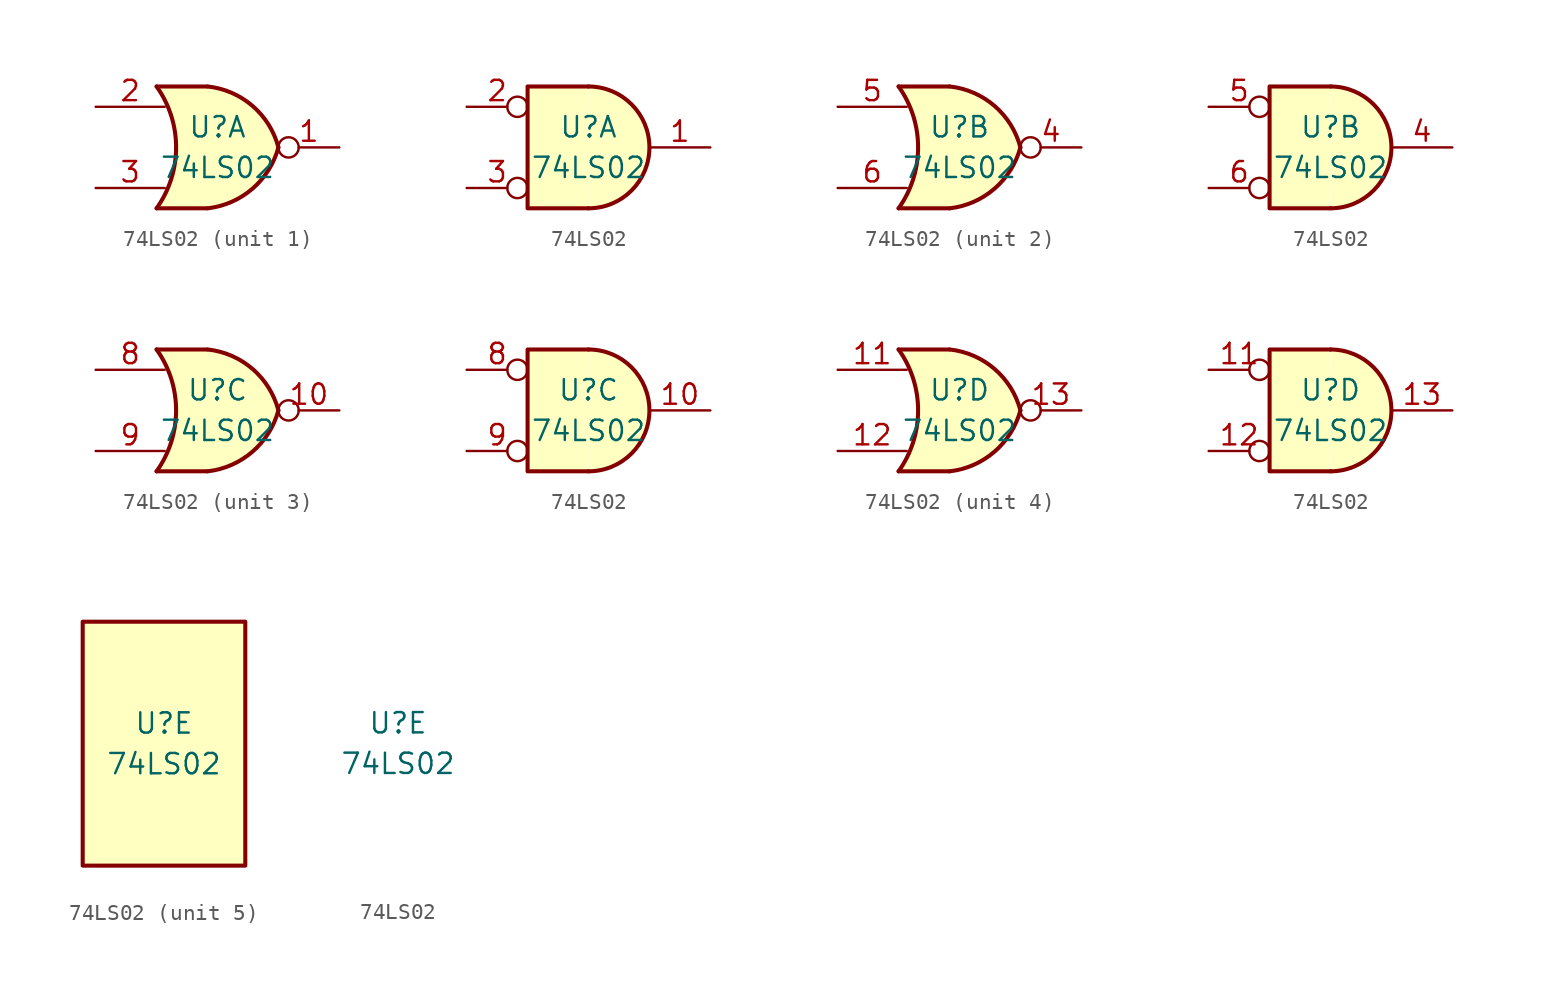
<source format=kicad_sym>
(kicad_symbol_lib
  (version 20211014)
  (generator kicad_symbol_editor)
  (symbol "74LS02"
    (pin_names
      (offset 1.016))
    (property "Reference" "U"
      (at 0 1.27 0)
      (effects (font (size 1.27 1.27))))
    (property "Value" "74LS02"
      (at 0 -1.27 0)
      (effects (font (size 1.27 1.27))))
    (property "ki_locked" ""
      (at 0 0 0)
      (effects (font (size 1.27 1.27))))
    (symbol "74LS02_1_1"
      (arc (start -3.81 -3.81) (mid -2.589 0) (end -3.81 3.81) (stroke (width 0.254) (type default) (color 0 0 0 0)) (fill (type none)))
      (arc (start -0.6096 -3.81) (mid 2.1842 -2.5851) (end 3.81 0) (stroke (width 0.254) (type default) (color 0 0 0 0)) (fill (type background)))
      (polyline (pts (xy -3.81 -3.81) (xy -0.635 -3.81)) (stroke (width 0.254) (type default) (color 0 0 0 0)) (fill (type background)))
      (polyline (pts (xy -3.81 3.81) (xy -0.635 3.81)) (stroke (width 0.254) (type default) (color 0 0 0 0)) (fill (type background)))
      (polyline (pts (xy -0.635 3.81) (xy -3.81 3.81) (xy -3.81 3.81) (xy -3.556 3.404) (xy -3.023 2.261) (xy -2.692 1.041) (xy -2.616 -0.254) (xy -2.769 -1.499) (xy -3.175 -2.718) (xy -3.81 -3.81) (xy -3.81 -3.81) (xy -0.635 -3.81)) (stroke (width -25.4) (type default) (color 0 0 0 0)) (fill (type background)))
      (arc (start 3.81 0) (mid 2.1915 2.5936) (end -0.6096 3.81) (stroke (width 0.254) (type default) (color 0 0 0 0)) (fill (type background)))
      (pin output inverted (at 7.62 0 180) (length 3.81) (name "~" (effects (font (size 1.27 1.27)))) (number "1" (effects (font (size 1.27 1.27)))))
      (pin input line (at -7.62 2.54 0) (length 4.318) (name "~" (effects (font (size 1.27 1.27)))) (number "2" (effects (font (size 1.27 1.27)))))
      (pin input line (at -7.62 -2.54 0) (length 4.318) (name "~" (effects (font (size 1.27 1.27)))) (number "3" (effects (font (size 1.27 1.27))))))
    (symbol "74LS02_1_2"
      (arc (start 0 -3.81) (mid 3.81 0) (end 0 3.81) (stroke (width 0.254) (type default) (color 0 0 0 0)) (fill (type background)))
      (polyline (pts (xy 0 3.81) (xy -3.81 3.81) (xy -3.81 -3.81) (xy 0 -3.81)) (stroke (width 0.254) (type default) (color 0 0 0 0)) (fill (type background)))
      (pin output line (at 7.62 0 180) (length 3.81) (name "~" (effects (font (size 1.27 1.27)))) (number "1" (effects (font (size 1.27 1.27)))))
      (pin input inverted (at -7.62 2.54 0) (length 3.81) (name "~" (effects (font (size 1.27 1.27)))) (number "2" (effects (font (size 1.27 1.27)))))
      (pin input inverted (at -7.62 -2.54 0) (length 3.81) (name "~" (effects (font (size 1.27 1.27)))) (number "3" (effects (font (size 1.27 1.27))))))
    (symbol "74LS02_2_1"
      (arc (start -3.81 -3.81) (mid -2.589 0) (end -3.81 3.81) (stroke (width 0.254) (type default) (color 0 0 0 0)) (fill (type none)))
      (arc (start -0.6096 -3.81) (mid 2.1842 -2.5851) (end 3.81 0) (stroke (width 0.254) (type default) (color 0 0 0 0)) (fill (type background)))
      (polyline (pts (xy -3.81 -3.81) (xy -0.635 -3.81)) (stroke (width 0.254) (type default) (color 0 0 0 0)) (fill (type background)))
      (polyline (pts (xy -3.81 3.81) (xy -0.635 3.81)) (stroke (width 0.254) (type default) (color 0 0 0 0)) (fill (type background)))
      (polyline (pts (xy -0.635 3.81) (xy -3.81 3.81) (xy -3.81 3.81) (xy -3.556 3.404) (xy -3.023 2.261) (xy -2.692 1.041) (xy -2.616 -0.254) (xy -2.769 -1.499) (xy -3.175 -2.718) (xy -3.81 -3.81) (xy -3.81 -3.81) (xy -0.635 -3.81)) (stroke (width -25.4) (type default) (color 0 0 0 0)) (fill (type background)))
      (arc (start 3.81 0) (mid 2.1915 2.5936) (end -0.6096 3.81) (stroke (width 0.254) (type default) (color 0 0 0 0)) (fill (type background)))
      (pin output inverted (at 7.62 0 180) (length 3.81) (name "~" (effects (font (size 1.27 1.27)))) (number "4" (effects (font (size 1.27 1.27)))))
      (pin input line (at -7.62 2.54 0) (length 4.318) (name "~" (effects (font (size 1.27 1.27)))) (number "5" (effects (font (size 1.27 1.27)))))
      (pin input line (at -7.62 -2.54 0) (length 4.318) (name "~" (effects (font (size 1.27 1.27)))) (number "6" (effects (font (size 1.27 1.27))))))
    (symbol "74LS02_2_2"
      (arc (start 0 -3.81) (mid 3.81 0) (end 0 3.81) (stroke (width 0.254) (type default) (color 0 0 0 0)) (fill (type background)))
      (polyline (pts (xy 0 3.81) (xy -3.81 3.81) (xy -3.81 -3.81) (xy 0 -3.81)) (stroke (width 0.254) (type default) (color 0 0 0 0)) (fill (type background)))
      (pin output line (at 7.62 0 180) (length 3.81) (name "~" (effects (font (size 1.27 1.27)))) (number "4" (effects (font (size 1.27 1.27)))))
      (pin input inverted (at -7.62 2.54 0) (length 3.81) (name "~" (effects (font (size 1.27 1.27)))) (number "5" (effects (font (size 1.27 1.27)))))
      (pin input inverted (at -7.62 -2.54 0) (length 3.81) (name "~" (effects (font (size 1.27 1.27)))) (number "6" (effects (font (size 1.27 1.27))))))
    (symbol "74LS02_3_1"
      (arc (start -3.81 -3.81) (mid -2.589 0) (end -3.81 3.81) (stroke (width 0.254) (type default) (color 0 0 0 0)) (fill (type none)))
      (arc (start -0.6096 -3.81) (mid 2.1842 -2.5851) (end 3.81 0) (stroke (width 0.254) (type default) (color 0 0 0 0)) (fill (type background)))
      (polyline (pts (xy -3.81 -3.81) (xy -0.635 -3.81)) (stroke (width 0.254) (type default) (color 0 0 0 0)) (fill (type background)))
      (polyline (pts (xy -3.81 3.81) (xy -0.635 3.81)) (stroke (width 0.254) (type default) (color 0 0 0 0)) (fill (type background)))
      (polyline (pts (xy -0.635 3.81) (xy -3.81 3.81) (xy -3.81 3.81) (xy -3.556 3.404) (xy -3.023 2.261) (xy -2.692 1.041) (xy -2.616 -0.254) (xy -2.769 -1.499) (xy -3.175 -2.718) (xy -3.81 -3.81) (xy -3.81 -3.81) (xy -0.635 -3.81)) (stroke (width -25.4) (type default) (color 0 0 0 0)) (fill (type background)))
      (arc (start 3.81 0) (mid 2.1915 2.5936) (end -0.6096 3.81) (stroke (width 0.254) (type default) (color 0 0 0 0)) (fill (type background)))
      (pin output inverted (at 7.62 0 180) (length 3.81) (name "~" (effects (font (size 1.27 1.27)))) (number "10" (effects (font (size 1.27 1.27)))))
      (pin input line (at -7.62 2.54 0) (length 4.318) (name "~" (effects (font (size 1.27 1.27)))) (number "8" (effects (font (size 1.27 1.27)))))
      (pin input line (at -7.62 -2.54 0) (length 4.318) (name "~" (effects (font (size 1.27 1.27)))) (number "9" (effects (font (size 1.27 1.27))))))
    (symbol "74LS02_3_2"
      (arc (start 0 -3.81) (mid 3.81 0) (end 0 3.81) (stroke (width 0.254) (type default) (color 0 0 0 0)) (fill (type background)))
      (polyline (pts (xy 0 3.81) (xy -3.81 3.81) (xy -3.81 -3.81) (xy 0 -3.81)) (stroke (width 0.254) (type default) (color 0 0 0 0)) (fill (type background)))
      (pin output line (at 7.62 0 180) (length 3.81) (name "~" (effects (font (size 1.27 1.27)))) (number "10" (effects (font (size 1.27 1.27)))))
      (pin input inverted (at -7.62 2.54 0) (length 3.81) (name "~" (effects (font (size 1.27 1.27)))) (number "8" (effects (font (size 1.27 1.27)))))
      (pin input inverted (at -7.62 -2.54 0) (length 3.81) (name "~" (effects (font (size 1.27 1.27)))) (number "9" (effects (font (size 1.27 1.27))))))
    (symbol "74LS02_4_1"
      (arc (start -3.81 -3.81) (mid -2.589 0) (end -3.81 3.81) (stroke (width 0.254) (type default) (color 0 0 0 0)) (fill (type none)))
      (arc (start -0.6096 -3.81) (mid 2.1842 -2.5851) (end 3.81 0) (stroke (width 0.254) (type default) (color 0 0 0 0)) (fill (type background)))
      (polyline (pts (xy -3.81 -3.81) (xy -0.635 -3.81)) (stroke (width 0.254) (type default) (color 0 0 0 0)) (fill (type background)))
      (polyline (pts (xy -3.81 3.81) (xy -0.635 3.81)) (stroke (width 0.254) (type default) (color 0 0 0 0)) (fill (type background)))
      (polyline (pts (xy -0.635 3.81) (xy -3.81 3.81) (xy -3.81 3.81) (xy -3.556 3.404) (xy -3.023 2.261) (xy -2.692 1.041) (xy -2.616 -0.254) (xy -2.769 -1.499) (xy -3.175 -2.718) (xy -3.81 -3.81) (xy -3.81 -3.81) (xy -0.635 -3.81)) (stroke (width -25.4) (type default) (color 0 0 0 0)) (fill (type background)))
      (arc (start 3.81 0) (mid 2.1915 2.5936) (end -0.6096 3.81) (stroke (width 0.254) (type default) (color 0 0 0 0)) (fill (type background)))
      (pin input line (at -7.62 2.54 0) (length 4.318) (name "~" (effects (font (size 1.27 1.27)))) (number "11" (effects (font (size 1.27 1.27)))))
      (pin input line (at -7.62 -2.54 0) (length 4.318) (name "~" (effects (font (size 1.27 1.27)))) (number "12" (effects (font (size 1.27 1.27)))))
      (pin output inverted (at 7.62 0 180) (length 3.81) (name "~" (effects (font (size 1.27 1.27)))) (number "13" (effects (font (size 1.27 1.27))))))
    (symbol "74LS02_4_2"
      (arc (start 0 -3.81) (mid 3.81 0) (end 0 3.81) (stroke (width 0.254) (type default) (color 0 0 0 0)) (fill (type background)))
      (polyline (pts (xy 0 3.81) (xy -3.81 3.81) (xy -3.81 -3.81) (xy 0 -3.81)) (stroke (width 0.254) (type default) (color 0 0 0 0)) (fill (type background)))
      (pin input inverted (at -7.62 2.54 0) (length 3.81) (name "~" (effects (font (size 1.27 1.27)))) (number "11" (effects (font (size 1.27 1.27)))))
      (pin input inverted (at -7.62 -2.54 0) (length 3.81) (name "~" (effects (font (size 1.27 1.27)))) (number "12" (effects (font (size 1.27 1.27)))))
      (pin output line (at 7.62 0 180) (length 3.81) (name "~" (effects (font (size 1.27 1.27)))) (number "13" (effects (font (size 1.27 1.27))))))
    (symbol "74LS02_5_0"
      (pin power_in line (at 0 7.62 270) (length 5.08) hide (name "VCC" (effects (font (size 1.27 1.27)))) (number "14" (effects (font (size 1.27 1.27)))))
      (pin power_in line (at 0 -7.62 90) (length 5.08) hide (name "VSS" (effects (font (size 1.27 1.27)))) (number "7" (effects (font (size 1.27 1.27))))))
    (symbol "74LS02_5_1"
      (rectangle (start -5.08 7.62) (end 5.08 -7.62) (stroke (width 0.254) (type default) (color 0 0 0 0)) (fill (type background))))))
</source>
